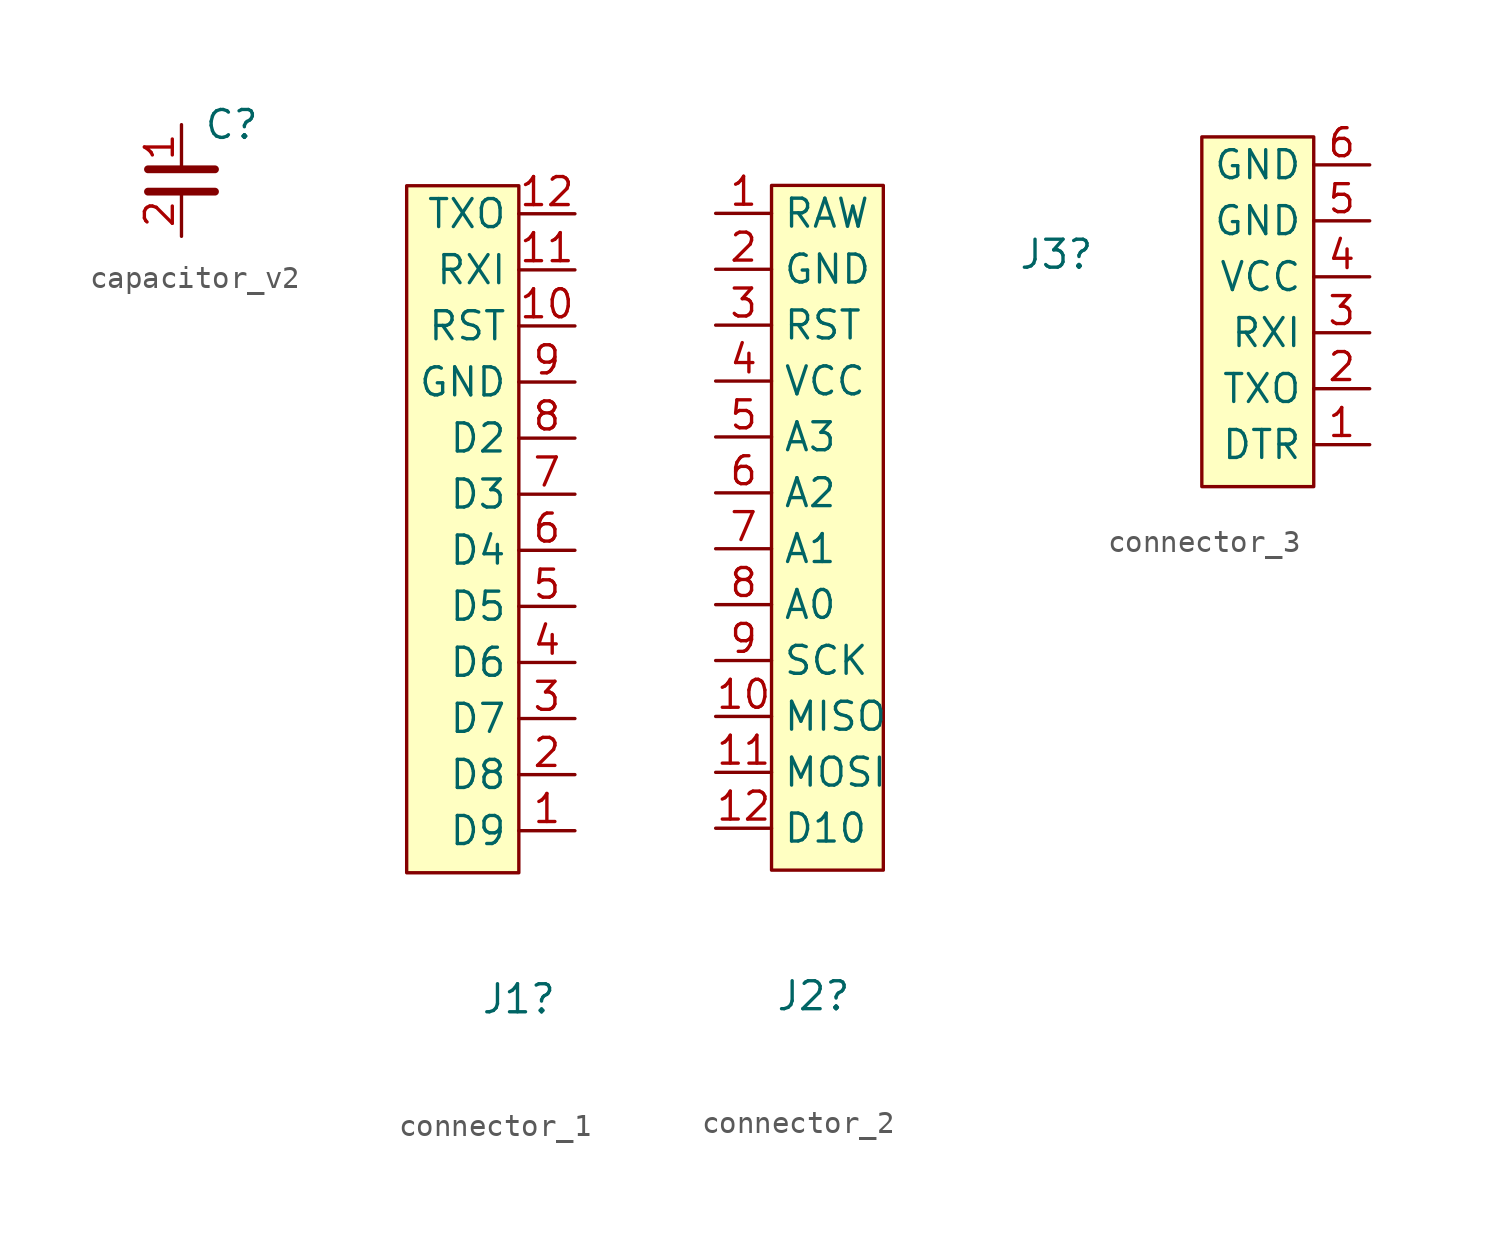
<source format=kicad_sym>
(kicad_symbol_lib
  (version 20241209)
  (generator "kicad_symbol_editor")
  (generator_version "9.0")
  (symbol "capacitor_v2"
    (property "Reference" "C"
      (at 2.286 2.54 0)
      (effects (font (size 1.27 1.27))))
    (property "Value" ""
      (at 0 0 0)
      (effects (font (size 1.27 1.27))))
    (symbol "capacitor_v2_1_1"
      (polyline (pts (xy -1.524 0.508) (xy 1.524 0.508)) (stroke (width 0.356) (type solid)) (fill (type none)))
      (polyline (pts (xy -1.524 -0.508) (xy 1.524 -0.508)) (stroke (width 0.356) (type solid)) (fill (type none)))
      (pin passive line (at 0 2.54 270) (length 2.032) (name "" (effects (font (size 1.27 1.27)))) (number "1" (effects (font (size 1.27 1.27)))))
      (pin passive line (at 0 -2.54 90) (length 2.032) (name "" (effects (font (size 1.27 1.27)))) (number "2" (effects (font (size 1.27 1.27)))))))
  (symbol "connector_1"
    (property "Reference" "J1"
      (at 0 0 0)
      (effects (font (size 1.27 1.27))))
    (property "Value" ""
      (at 0 0 0)
      (effects (font (size 1.27 1.27))))
    (symbol "connector_1_1_1"
      (polyline (pts (xy 0 36.83) (xy 0 5.715) (xy -5.08 5.715) (xy -5.08 36.83) (xy -0.635 36.83) (xy 0 36.83)) (stroke (width 0) (type solid)) (fill (type background)))
      (pin passive line (at 2.54 35.56 180) (length 2.54) (name "TXO" (effects (font (size 1.27 1.27)))) (number "12" (effects (font (size 1.27 1.27)))))
      (pin passive line (at 2.54 33.02 180) (length 2.54) (name "RXI" (effects (font (size 1.27 1.27)))) (number "11" (effects (font (size 1.27 1.27)))))
      (pin passive line (at 2.54 30.48 180) (length 2.54) (name "RST" (effects (font (size 1.27 1.27)))) (number "10" (effects (font (size 1.27 1.27)))))
      (pin passive line (at 2.54 27.94 180) (length 2.54) (name "GND" (effects (font (size 1.27 1.27)))) (number "9" (effects (font (size 1.27 1.27)))))
      (pin passive line (at 2.54 25.4 180) (length 2.54) (name "D2" (effects (font (size 1.27 1.27)))) (number "8" (effects (font (size 1.27 1.27)))))
      (pin passive line (at 2.54 22.86 180) (length 2.54) (name "D3" (effects (font (size 1.27 1.27)))) (number "7" (effects (font (size 1.27 1.27)))))
      (pin passive line (at 2.54 20.32 180) (length 2.54) (name "D4" (effects (font (size 1.27 1.27)))) (number "6" (effects (font (size 1.27 1.27)))))
      (pin passive line (at 2.54 17.78 180) (length 2.54) (name "D5" (effects (font (size 1.27 1.27)))) (number "5" (effects (font (size 1.27 1.27)))))
      (pin passive line (at 2.54 15.24 180) (length 2.54) (name "D6" (effects (font (size 1.27 1.27)))) (number "4" (effects (font (size 1.27 1.27)))))
      (pin passive line (at 2.54 12.7 180) (length 2.54) (name "D7" (effects (font (size 1.27 1.27)))) (number "3" (effects (font (size 1.27 1.27)))))
      (pin passive line (at 2.54 10.16 180) (length 2.54) (name "D8" (effects (font (size 1.27 1.27)))) (number "2" (effects (font (size 1.27 1.27)))))
      (pin passive line (at 2.54 7.62 180) (length 2.54) (name "D9" (effects (font (size 1.27 1.27)))) (number "1" (effects (font (size 1.27 1.27)))))))
  (symbol "connector_2"
    (property "Reference" "J2"
      (at 0 0 0)
      (effects (font (size 1.27 1.27))))
    (property "Value" ""
      (at 0 0 0)
      (effects (font (size 1.27 1.27))))
    (symbol "connector_2_1_1"
      (polyline (pts (xy -1.905 36.83) (xy -1.905 5.715) (xy 3.175 5.715) (xy 3.175 36.83) (xy -1.27 36.83) (xy -1.905 36.83)) (stroke (width 0) (type solid)) (fill (type background)))
      (pin passive line (at -4.445 35.56 0) (length 2.54) (name "RAW" (effects (font (size 1.27 1.27)))) (number "1" (effects (font (size 1.27 1.27)))))
      (pin passive line (at -4.445 33.02 0) (length 2.54) (name "GND" (effects (font (size 1.27 1.27)))) (number "2" (effects (font (size 1.27 1.27)))))
      (pin passive line (at -4.445 30.48 0) (length 2.54) (name "RST" (effects (font (size 1.27 1.27)))) (number "3" (effects (font (size 1.27 1.27)))))
      (pin passive line (at -4.445 27.94 0) (length 2.54) (name "VCC" (effects (font (size 1.27 1.27)))) (number "4" (effects (font (size 1.27 1.27)))))
      (pin passive line (at -4.445 25.4 0) (length 2.54) (name "A3" (effects (font (size 1.27 1.27)))) (number "5" (effects (font (size 1.27 1.27)))))
      (pin passive line (at -4.445 22.86 0) (length 2.54) (name "A2" (effects (font (size 1.27 1.27)))) (number "6" (effects (font (size 1.27 1.27)))))
      (pin passive line (at -4.445 20.32 0) (length 2.54) (name "A1" (effects (font (size 1.27 1.27)))) (number "7" (effects (font (size 1.27 1.27)))))
      (pin passive line (at -4.445 17.78 0) (length 2.54) (name "A0" (effects (font (size 1.27 1.27)))) (number "8" (effects (font (size 1.27 1.27)))))
      (pin passive line (at -4.445 15.24 0) (length 2.54) (name "SCK" (effects (font (size 1.27 1.27)))) (number "9" (effects (font (size 1.27 1.27)))))
      (pin passive line (at -4.445 12.7 0) (length 2.54) (name "MISO" (effects (font (size 1.27 1.27)))) (number "10" (effects (font (size 1.27 1.27)))))
      (pin passive line (at -4.445 10.16 0) (length 2.54) (name "MOSI" (effects (font (size 1.27 1.27)))) (number "11" (effects (font (size 1.27 1.27)))))
      (pin passive line (at -4.445 7.62 0) (length 2.54) (name "D10" (effects (font (size 1.27 1.27)))) (number "12" (effects (font (size 1.27 1.27)))))))
  (symbol "connector_3"
    (property "Reference" "J3"
      (at -5.334 2.286 0)
      (effects (font (size 1.27 1.27))))
    (property "Value" ""
      (at 0 0 0)
      (effects (font (size 1.27 1.27))))
    (symbol "connector_3_1_1"
      (polyline (pts (xy 1.27 7.62) (xy 6.35 7.62) (xy 6.35 -8.255) (xy 1.27 -8.255) (xy 1.27 7.62)) (stroke (width 0) (type solid)) (fill (type background)))
      (pin passive line (at 8.89 6.35 180) (length 2.54) (name "GND" (effects (font (size 1.27 1.27)))) (number "6" (effects (font (size 1.27 1.27)))))
      (pin passive line (at 8.89 3.81 180) (length 2.54) (name "GND" (effects (font (size 1.27 1.27)))) (number "5" (effects (font (size 1.27 1.27)))))
      (pin passive line (at 8.89 1.27 180) (length 2.54) (name "VCC" (effects (font (size 1.27 1.27)))) (number "4" (effects (font (size 1.27 1.27)))))
      (pin passive line (at 8.89 -1.27 180) (length 2.54) (name "RXI" (effects (font (size 1.27 1.27)))) (number "3" (effects (font (size 1.27 1.27)))))
      (pin passive line (at 8.89 -3.81 180) (length 2.54) (name "TXO" (effects (font (size 1.27 1.27)))) (number "2" (effects (font (size 1.27 1.27)))))
      (pin passive line (at 8.89 -6.35 180) (length 2.54) (name "DTR" (effects (font (size 1.27 1.27)))) (number "1" (effects (font (size 1.27 1.27))))))))
</source>
